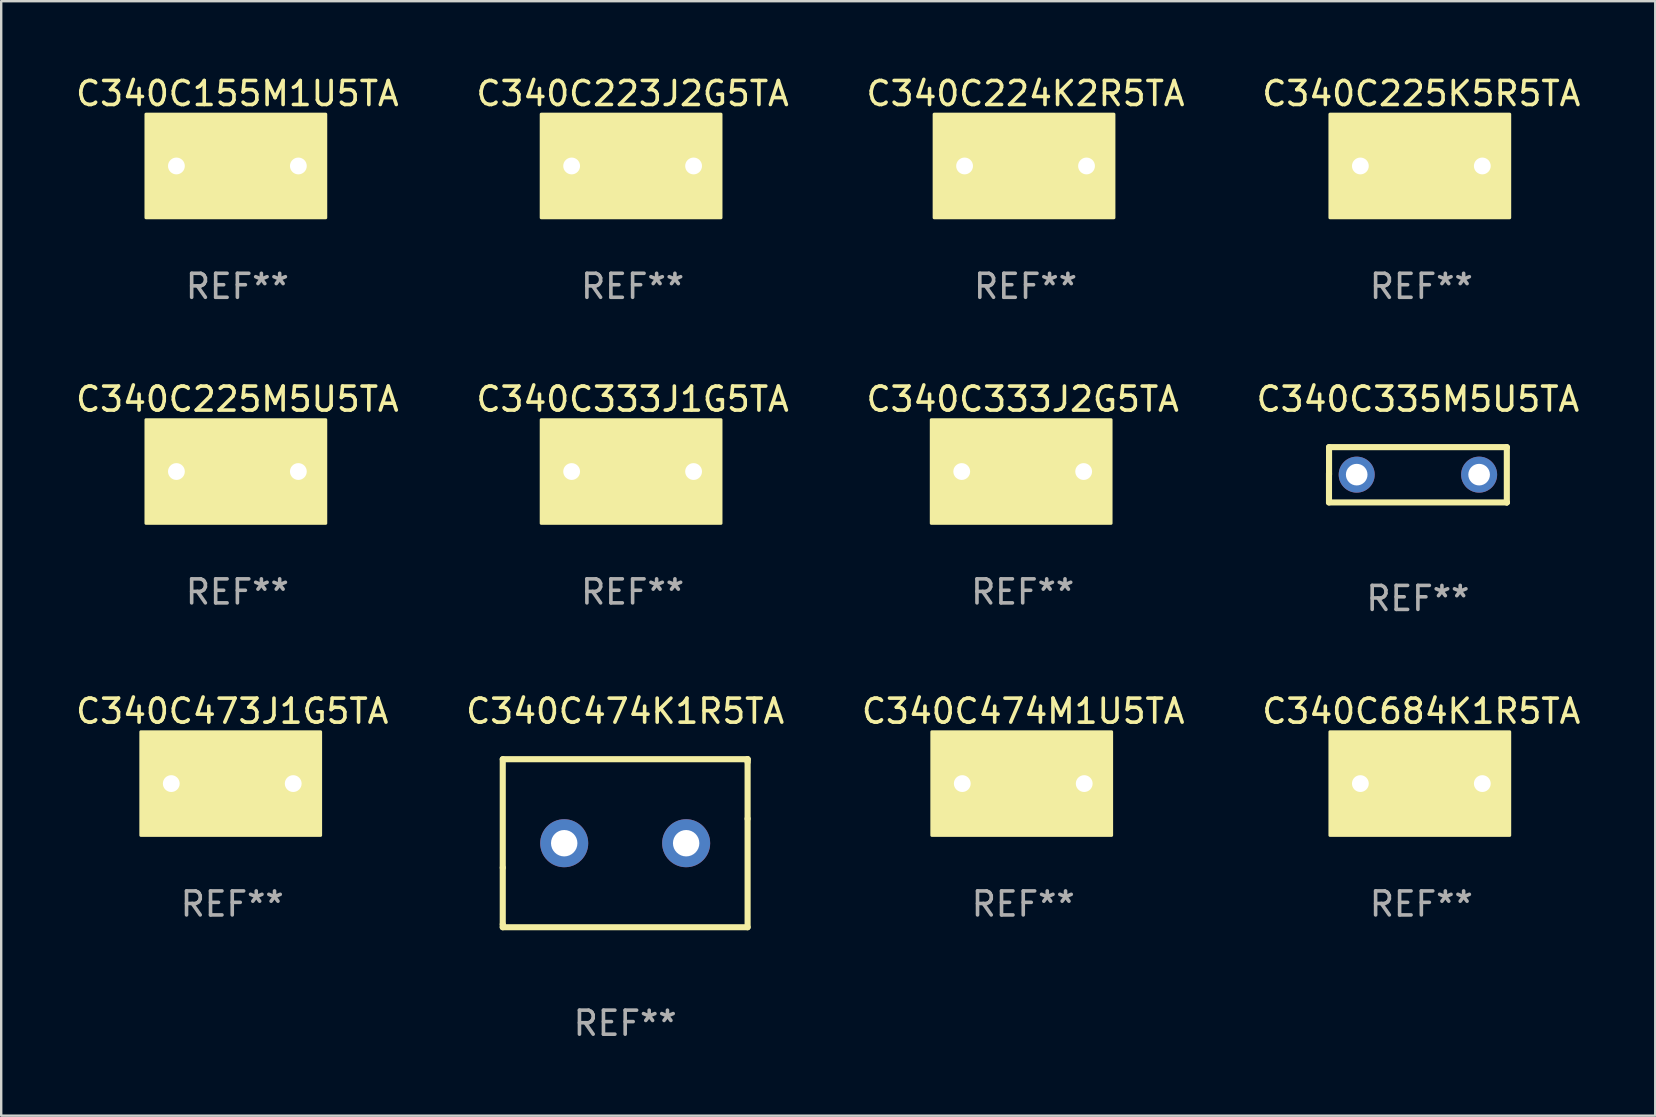
<source format=kicad_pcb>
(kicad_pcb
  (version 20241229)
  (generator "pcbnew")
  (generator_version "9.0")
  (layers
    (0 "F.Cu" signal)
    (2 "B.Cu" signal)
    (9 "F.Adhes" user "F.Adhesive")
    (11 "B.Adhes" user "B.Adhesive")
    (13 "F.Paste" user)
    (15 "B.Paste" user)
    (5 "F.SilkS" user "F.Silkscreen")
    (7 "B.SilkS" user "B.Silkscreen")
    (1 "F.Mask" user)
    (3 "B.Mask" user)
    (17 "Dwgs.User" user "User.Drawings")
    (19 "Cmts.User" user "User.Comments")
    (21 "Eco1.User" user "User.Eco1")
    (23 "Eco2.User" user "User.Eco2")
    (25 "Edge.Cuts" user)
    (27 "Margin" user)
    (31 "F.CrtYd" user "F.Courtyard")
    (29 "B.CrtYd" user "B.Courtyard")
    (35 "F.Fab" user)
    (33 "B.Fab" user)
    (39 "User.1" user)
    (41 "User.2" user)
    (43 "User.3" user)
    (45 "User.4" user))
  (footprint "C340C225K5R5TA"
    (layer "F.Cu")
    (at 56.161 3.864)
    (property "Reference" "C340C225K5R5TA" (at 0 -3.016 0) (layer "F.SilkS") (effects (font (size 1 1) (thickness 0.15))))
    (attr through_hole)
    (fp_line (start -0.508 0.008) (end -1.397 0.008) (stroke (width 0.254) (type solid)) (layer "F.SilkS"))
    (fp_line (start -0.508 1.016) (end -0.508 -1.016) (stroke (width 0.254) (type solid)) (layer "F.SilkS"))
    (fp_line (start 0.508 -1.016) (end 0.508 1.016) (stroke (width 0.254) (type solid)) (layer "F.SilkS"))
    (fp_line (start 0.508 -0.008) (end 1.397 -0.008) (stroke (width 0.254) (type solid)) (layer "F.SilkS"))
    (fp_circle (center -3.68 2.035) (end -3.65 2.035) (stroke (width 0.06) (type solid)) (fill no) (layer "F.SilkS"))
    (fp_poly (pts (xy -3.81 -2.159) (xy 3.683 -2.159) (xy 3.683 2.159) (xy -3.81 2.159)) (stroke (width 0.12) (type solid)) (fill yes) (layer "F.SilkS"))
    (fp_text user "REF**" (at 0 5.016 0) (layer "F.Fab") (effects (font (size 1 1) (thickness 0.15))))
    (pad "1" thru_hole circle (at -2.54 0) (size 1.4 1.4) (drill 0.7) (layers "*.Cu" "*.Mask"))
    (pad "2" thru_hole circle (at 2.54 0) (size 1.4 1.4) (drill 0.7) (layers "*.Cu" "*.Mask")))
  (footprint "C340C333J2G5TA"
    (layer "F.Cu")
    (at 39.554 16.593)
    (property "Reference" "C340C333J2G5TA" (at 0 -3.016 0) (layer "F.SilkS") (effects (font (size 1 1) (thickness 0.15))))
    (attr through_hole)
    (fp_line (start -0.508 0.008) (end -1.397 0.008) (stroke (width 0.254) (type solid)) (layer "F.SilkS"))
    (fp_line (start -0.508 1.016) (end -0.508 -1.016) (stroke (width 0.254) (type solid)) (layer "F.SilkS"))
    (fp_line (start 0.508 -1.016) (end 0.508 1.016) (stroke (width 0.254) (type solid)) (layer "F.SilkS"))
    (fp_line (start 0.508 -0.008) (end 1.397 -0.008) (stroke (width 0.254) (type solid)) (layer "F.SilkS"))
    (fp_circle (center -3.68 2.035) (end -3.65 2.035) (stroke (width 0.06) (type solid)) (fill no) (layer "F.SilkS"))
    (fp_poly (pts (xy -3.81 -2.159) (xy 3.683 -2.159) (xy 3.683 2.159) (xy -3.81 2.159)) (stroke (width 0.12) (type solid)) (fill yes) (layer "F.SilkS"))
    (fp_text user "REF**" (at 0 5.016 0) (layer "F.Fab") (effects (font (size 1 1) (thickness 0.15))))
    (pad "1" thru_hole circle (at -2.54 0) (size 1.4 1.4) (drill 0.7) (layers "*.Cu" "*.Mask"))
    (pad "2" thru_hole circle (at 2.54 0) (size 1.4 1.4) (drill 0.7) (layers "*.Cu" "*.Mask")))
  (footprint "C340C333J1G5TA"
    (layer "F.Cu")
    (at 23.304 16.593)
    (property "Reference" "C340C333J1G5TA" (at 0 -3.016 0) (layer "F.SilkS") (effects (font (size 1 1) (thickness 0.15))))
    (attr through_hole)
    (fp_line (start -0.508 0.008) (end -1.397 0.008) (stroke (width 0.254) (type solid)) (layer "F.SilkS"))
    (fp_line (start -0.508 1.016) (end -0.508 -1.016) (stroke (width 0.254) (type solid)) (layer "F.SilkS"))
    (fp_line (start 0.508 -1.016) (end 0.508 1.016) (stroke (width 0.254) (type solid)) (layer "F.SilkS"))
    (fp_line (start 0.508 -0.008) (end 1.397 -0.008) (stroke (width 0.254) (type solid)) (layer "F.SilkS"))
    (fp_circle (center -3.68 2.035) (end -3.65 2.035) (stroke (width 0.06) (type solid)) (fill no) (layer "F.SilkS"))
    (fp_poly (pts (xy -3.81 -2.159) (xy 3.683 -2.159) (xy 3.683 2.159) (xy -3.81 2.159)) (stroke (width 0.12) (type solid)) (fill yes) (layer "F.SilkS"))
    (fp_text user "REF**" (at 0 5.016 0) (layer "F.Fab") (effects (font (size 1 1) (thickness 0.15))))
    (pad "1" thru_hole circle (at -2.54 0) (size 1.4 1.4) (drill 0.7) (layers "*.Cu" "*.Mask"))
    (pad "2" thru_hole circle (at 2.54 0) (size 1.4 1.4) (drill 0.7) (layers "*.Cu" "*.Mask")))
  (footprint "C340C684K1R5TA"
    (layer "F.Cu")
    (at 56.161 29.593)
    (property "Reference" "C340C684K1R5TA" (at 0 -3.016 0) (layer "F.SilkS") (effects (font (size 1 1) (thickness 0.15))))
    (attr through_hole)
    (fp_line (start -0.508 0.008) (end -1.397 0.008) (stroke (width 0.254) (type solid)) (layer "F.SilkS"))
    (fp_line (start -0.508 1.016) (end -0.508 -1.016) (stroke (width 0.254) (type solid)) (layer "F.SilkS"))
    (fp_line (start 0.508 -1.016) (end 0.508 1.016) (stroke (width 0.254) (type solid)) (layer "F.SilkS"))
    (fp_line (start 0.508 -0.008) (end 1.397 -0.008) (stroke (width 0.254) (type solid)) (layer "F.SilkS"))
    (fp_circle (center -3.68 2.035) (end -3.65 2.035) (stroke (width 0.06) (type solid)) (fill no) (layer "F.SilkS"))
    (fp_poly (pts (xy -3.81 -2.159) (xy 3.683 -2.159) (xy 3.683 2.159) (xy -3.81 2.159)) (stroke (width 0.12) (type solid)) (fill yes) (layer "F.SilkS"))
    (fp_text user "REF**" (at 0 5.016 0) (layer "F.Fab") (effects (font (size 1 1) (thickness 0.15))))
    (pad "1" thru_hole circle (at -2.54 0) (size 1.4 1.4) (drill 0.7) (layers "*.Cu" "*.Mask"))
    (pad "2" thru_hole circle (at 2.54 0) (size 1.4 1.4) (drill 0.7) (layers "*.Cu" "*.Mask")))
  (footprint "C340C224K2R5TA"
    (layer "F.Cu")
    (at 39.673 3.864)
    (property "Reference" "C340C224K2R5TA" (at 0 -3.016 0) (layer "F.SilkS") (effects (font (size 1 1) (thickness 0.15))))
    (attr through_hole)
    (fp_line (start -0.508 0.008) (end -1.397 0.008) (stroke (width 0.254) (type solid)) (layer "F.SilkS"))
    (fp_line (start -0.508 1.016) (end -0.508 -1.016) (stroke (width 0.254) (type solid)) (layer "F.SilkS"))
    (fp_line (start 0.508 -1.016) (end 0.508 1.016) (stroke (width 0.254) (type solid)) (layer "F.SilkS"))
    (fp_line (start 0.508 -0.008) (end 1.397 -0.008) (stroke (width 0.254) (type solid)) (layer "F.SilkS"))
    (fp_circle (center -3.68 2.035) (end -3.65 2.035) (stroke (width 0.06) (type solid)) (fill no) (layer "F.SilkS"))
    (fp_poly (pts (xy -3.81 -2.159) (xy 3.683 -2.159) (xy 3.683 2.159) (xy -3.81 2.159)) (stroke (width 0.12) (type solid)) (fill yes) (layer "F.SilkS"))
    (fp_text user "REF**" (at 0 5.016 0) (layer "F.Fab") (effects (font (size 1 1) (thickness 0.15))))
    (pad "1" thru_hole circle (at -2.54 0) (size 1.4 1.4) (drill 0.7) (layers "*.Cu" "*.Mask"))
    (pad "2" thru_hole circle (at 2.54 0) (size 1.4 1.4) (drill 0.7) (layers "*.Cu" "*.Mask")))
  (footprint "C340C474K1R5TA"
    (layer "F.Cu")
    (at 22.994 32.077)
    (property "Reference" "C340C474K1R5TA" (at 0 -5.5 0) (layer "F.SilkS") (effects (font (size 1 1) (thickness 0.15))))
    (attr through_hole)
    (fp_line (start -5.1 -3.5) (end -5.1 1.02) (stroke (width 0.254) (type solid)) (layer "F.SilkS"))
    (fp_line (start -5.1 3.38) (end -5.1 1.02) (stroke (width 0.254) (type solid)) (layer "F.SilkS"))
    (fp_line (start -5.1 3.38) (end -5.1 3.5) (stroke (width 0.254) (type solid)) (layer "F.SilkS"))
    (fp_line (start -5.1 3.5) (end 5.1 3.5) (stroke (width 0.254) (type solid)) (layer "F.SilkS"))
    (fp_line (start 5.1 -3.5) (end -5.1 -3.5) (stroke (width 0.254) (type solid)) (layer "F.SilkS"))
    (fp_line (start 5.1 -3.5) (end 5.1 -1.02) (stroke (width 0.254) (type solid)) (layer "F.SilkS"))
    (fp_line (start 5.1 -3.38) (end 5.1 -3.5) (stroke (width 0.254) (type solid)) (layer "F.SilkS"))
    (fp_line (start 5.1 3.5) (end 5.1 -1.02) (stroke (width 0.254) (type solid)) (layer "F.SilkS"))
    (fp_circle (center -5.155 3.45) (end -5.125 3.45) (stroke (width 0.06) (type solid)) (fill no) (layer "F.SilkS"))
    (fp_text user "REF**" (at 0 7.5 0) (layer "F.Fab") (effects (font (size 1 1) (thickness 0.15))))
    (pad "1" thru_hole circle (at -2.54 0) (size 2 2) (drill 1.1) (layers "*.Cu" "*.Mask"))
    (pad "2" thru_hole circle (at 2.54 0) (size 2 2) (drill 1.1) (layers "*.Cu" "*.Mask")))
  (footprint "C340C223J2G5TA"
    (layer "F.Cu")
    (at 23.304 3.864)
    (property "Reference" "C340C223J2G5TA" (at 0 -3.016 0) (layer "F.SilkS") (effects (font (size 1 1) (thickness 0.15))))
    (attr through_hole)
    (fp_line (start -0.508 0.008) (end -1.397 0.008) (stroke (width 0.254) (type solid)) (layer "F.SilkS"))
    (fp_line (start -0.508 1.016) (end -0.508 -1.016) (stroke (width 0.254) (type solid)) (layer "F.SilkS"))
    (fp_line (start 0.508 -1.016) (end 0.508 1.016) (stroke (width 0.254) (type solid)) (layer "F.SilkS"))
    (fp_line (start 0.508 -0.008) (end 1.397 -0.008) (stroke (width 0.254) (type solid)) (layer "F.SilkS"))
    (fp_circle (center -3.68 2.035) (end -3.65 2.035) (stroke (width 0.06) (type solid)) (fill no) (layer "F.SilkS"))
    (fp_poly (pts (xy -3.81 -2.159) (xy 3.683 -2.159) (xy 3.683 2.159) (xy -3.81 2.159)) (stroke (width 0.12) (type solid)) (fill yes) (layer "F.SilkS"))
    (fp_text user "REF**" (at 0 5.016 0) (layer "F.Fab") (effects (font (size 1 1) (thickness 0.15))))
    (pad "1" thru_hole circle (at -2.54 0) (size 1.4 1.4) (drill 0.7) (layers "*.Cu" "*.Mask"))
    (pad "2" thru_hole circle (at 2.54 0) (size 1.4 1.4) (drill 0.7) (layers "*.Cu" "*.Mask")))
  (footprint "C340C474M1U5TA"
    (layer "F.Cu")
    (at 39.577 29.593)
    (property "Reference" "C340C474M1U5TA" (at 0 -3.016 0) (layer "F.SilkS") (effects (font (size 1 1) (thickness 0.15))))
    (attr through_hole)
    (fp_line (start -0.508 0.008) (end -1.397 0.008) (stroke (width 0.254) (type solid)) (layer "F.SilkS"))
    (fp_line (start -0.508 1.016) (end -0.508 -1.016) (stroke (width 0.254) (type solid)) (layer "F.SilkS"))
    (fp_line (start 0.508 -1.016) (end 0.508 1.016) (stroke (width 0.254) (type solid)) (layer "F.SilkS"))
    (fp_line (start 0.508 -0.008) (end 1.397 -0.008) (stroke (width 0.254) (type solid)) (layer "F.SilkS"))
    (fp_circle (center -3.68 2.035) (end -3.65 2.035) (stroke (width 0.06) (type solid)) (fill no) (layer "F.SilkS"))
    (fp_poly (pts (xy -3.81 -2.159) (xy 3.683 -2.159) (xy 3.683 2.159) (xy -3.81 2.159)) (stroke (width 0.12) (type solid)) (fill yes) (layer "F.SilkS"))
    (fp_text user "REF**" (at 0 5.016 0) (layer "F.Fab") (effects (font (size 1 1) (thickness 0.15))))
    (pad "1" thru_hole circle (at -2.54 0) (size 1.4 1.4) (drill 0.7) (layers "*.Cu" "*.Mask"))
    (pad "2" thru_hole circle (at 2.54 0) (size 1.4 1.4) (drill 0.7) (layers "*.Cu" "*.Mask")))
  (footprint "C340C155M1U5TA"
    (layer "F.Cu")
    (at 6.839 3.864)
    (property "Reference" "C340C155M1U5TA" (at 0 -3.016 0) (layer "F.SilkS") (effects (font (size 1 1) (thickness 0.15))))
    (attr through_hole)
    (fp_line (start -0.508 0.008) (end -1.397 0.008) (stroke (width 0.254) (type solid)) (layer "F.SilkS"))
    (fp_line (start -0.508 1.016) (end -0.508 -1.016) (stroke (width 0.254) (type solid)) (layer "F.SilkS"))
    (fp_line (start 0.508 -1.016) (end 0.508 1.016) (stroke (width 0.254) (type solid)) (layer "F.SilkS"))
    (fp_line (start 0.508 -0.008) (end 1.397 -0.008) (stroke (width 0.254) (type solid)) (layer "F.SilkS"))
    (fp_circle (center -3.68 2.035) (end -3.65 2.035) (stroke (width 0.06) (type solid)) (fill no) (layer "F.SilkS"))
    (fp_poly (pts (xy -3.81 -2.159) (xy 3.683 -2.159) (xy 3.683 2.159) (xy -3.81 2.159)) (stroke (width 0.12) (type solid)) (fill yes) (layer "F.SilkS"))
    (fp_text user "REF**" (at 0 5.016 0) (layer "F.Fab") (effects (font (size 1 1) (thickness 0.15))))
    (pad "1" thru_hole circle (at -2.54 0) (size 1.4 1.4) (drill 0.7) (layers "*.Cu" "*.Mask"))
    (pad "2" thru_hole circle (at 2.54 0) (size 1.4 1.4) (drill 0.7) (layers "*.Cu" "*.Mask")))
  (footprint "C340C335M5U5TA"
    (layer "F.Cu")
    (at 56.018 16.729)
    (property "Reference" "C340C335M5U5TA" (at 0 -3.152 0) (layer "F.SilkS") (effects (font (size 1 1) (thickness 0.15))))
    (attr through_hole)
    (fp_line (start -3.704 1.152) (end -3.704 -0.067) (stroke (width 0.254) (type solid)) (layer "F.SilkS"))
    (fp_line (start -3.702 -1.152) (end 3.698 -1.152) (stroke (width 0.254) (type solid)) (layer "F.SilkS"))
    (fp_line (start -3.702 -0.009) (end -3.702 -1.152) (stroke (width 0.254) (type solid)) (layer "F.SilkS"))
    (fp_line (start 3.698 -1.152) (end 3.704 -1.146) (stroke (width 0.254) (type solid)) (layer "F.SilkS"))
    (fp_line (start 3.703 1.152) (end -3.704 1.152) (stroke (width 0.254) (type solid)) (layer "F.SilkS"))
    (fp_line (start 3.704 -1.146) (end 3.704 1.151) (stroke (width 0.254) (type solid)) (layer "F.SilkS"))
    (fp_line (start 3.704 1.151) (end 3.703 1.152) (stroke (width 0.254) (type solid)) (layer "F.SilkS"))
    (fp_circle (center -3.7 1.144) (end -3.67 1.144) (stroke (width 0.06) (type solid)) (fill no) (layer "F.SilkS"))
    (fp_text user "REF**" (at 0 5.152 0) (layer "F.Fab") (effects (font (size 1 1) (thickness 0.15))))
    (pad "1" thru_hole circle (at -2.55 -0.006) (size 1.5 1.5) (drill 0.9) (layers "*.Cu" "*.Mask"))
    (pad "2" thru_hole circle (at 2.55 -0.006) (size 1.5 1.5) (drill 0.9) (layers "*.Cu" "*.Mask")))
  (footprint "C340C225M5U5TA"
    (layer "F.Cu")
    (at 6.839 16.593)
    (property "Reference" "C340C225M5U5TA" (at 0 -3.016 0) (layer "F.SilkS") (effects (font (size 1 1) (thickness 0.15))))
    (attr through_hole)
    (fp_line (start -0.508 0.008) (end -1.397 0.008) (stroke (width 0.254) (type solid)) (layer "F.SilkS"))
    (fp_line (start -0.508 1.016) (end -0.508 -1.016) (stroke (width 0.254) (type solid)) (layer "F.SilkS"))
    (fp_line (start 0.508 -1.016) (end 0.508 1.016) (stroke (width 0.254) (type solid)) (layer "F.SilkS"))
    (fp_line (start 0.508 -0.008) (end 1.397 -0.008) (stroke (width 0.254) (type solid)) (layer "F.SilkS"))
    (fp_circle (center -3.68 2.035) (end -3.65 2.035) (stroke (width 0.06) (type solid)) (fill no) (layer "F.SilkS"))
    (fp_poly (pts (xy -3.81 -2.159) (xy 3.683 -2.159) (xy 3.683 2.159) (xy -3.81 2.159)) (stroke (width 0.12) (type solid)) (fill yes) (layer "F.SilkS"))
    (fp_text user "REF**" (at 0 5.016 0) (layer "F.Fab") (effects (font (size 1 1) (thickness 0.15))))
    (pad "1" thru_hole circle (at -2.54 0) (size 1.4 1.4) (drill 0.7) (layers "*.Cu" "*.Mask"))
    (pad "2" thru_hole circle (at 2.54 0) (size 1.4 1.4) (drill 0.7) (layers "*.Cu" "*.Mask")))
  (footprint "C340C473J1G5TA"
    (layer "F.Cu")
    (at 6.625 29.593)
    (property "Reference" "C340C473J1G5TA" (at 0 -3.016 0) (layer "F.SilkS") (effects (font (size 1 1) (thickness 0.15))))
    (attr through_hole)
    (fp_line (start -0.508 0.008) (end -1.397 0.008) (stroke (width 0.254) (type solid)) (layer "F.SilkS"))
    (fp_line (start -0.508 1.016) (end -0.508 -1.016) (stroke (width 0.254) (type solid)) (layer "F.SilkS"))
    (fp_line (start 0.508 -1.016) (end 0.508 1.016) (stroke (width 0.254) (type solid)) (layer "F.SilkS"))
    (fp_line (start 0.508 -0.008) (end 1.397 -0.008) (stroke (width 0.254) (type solid)) (layer "F.SilkS"))
    (fp_circle (center -3.68 2.035) (end -3.65 2.035) (stroke (width 0.06) (type solid)) (fill no) (layer "F.SilkS"))
    (fp_poly (pts (xy -3.81 -2.159) (xy 3.683 -2.159) (xy 3.683 2.159) (xy -3.81 2.159)) (stroke (width 0.12) (type solid)) (fill yes) (layer "F.SilkS"))
    (fp_text user "REF**" (at 0 5.016 0) (layer "F.Fab") (effects (font (size 1 1) (thickness 0.15))))
    (pad "1" thru_hole circle (at -2.54 0) (size 1.4 1.4) (drill 0.7) (layers "*.Cu" "*.Mask"))
    (pad "2" thru_hole circle (at 2.54 0) (size 1.4 1.4) (drill 0.7) (layers "*.Cu" "*.Mask")))
  (gr_rect
    (start -3 -3)
    (end 65.905 43.426)
    (stroke (width 0.1) (type default))
    (fill no)
    (layer "Edge.Cuts")))
</source>
